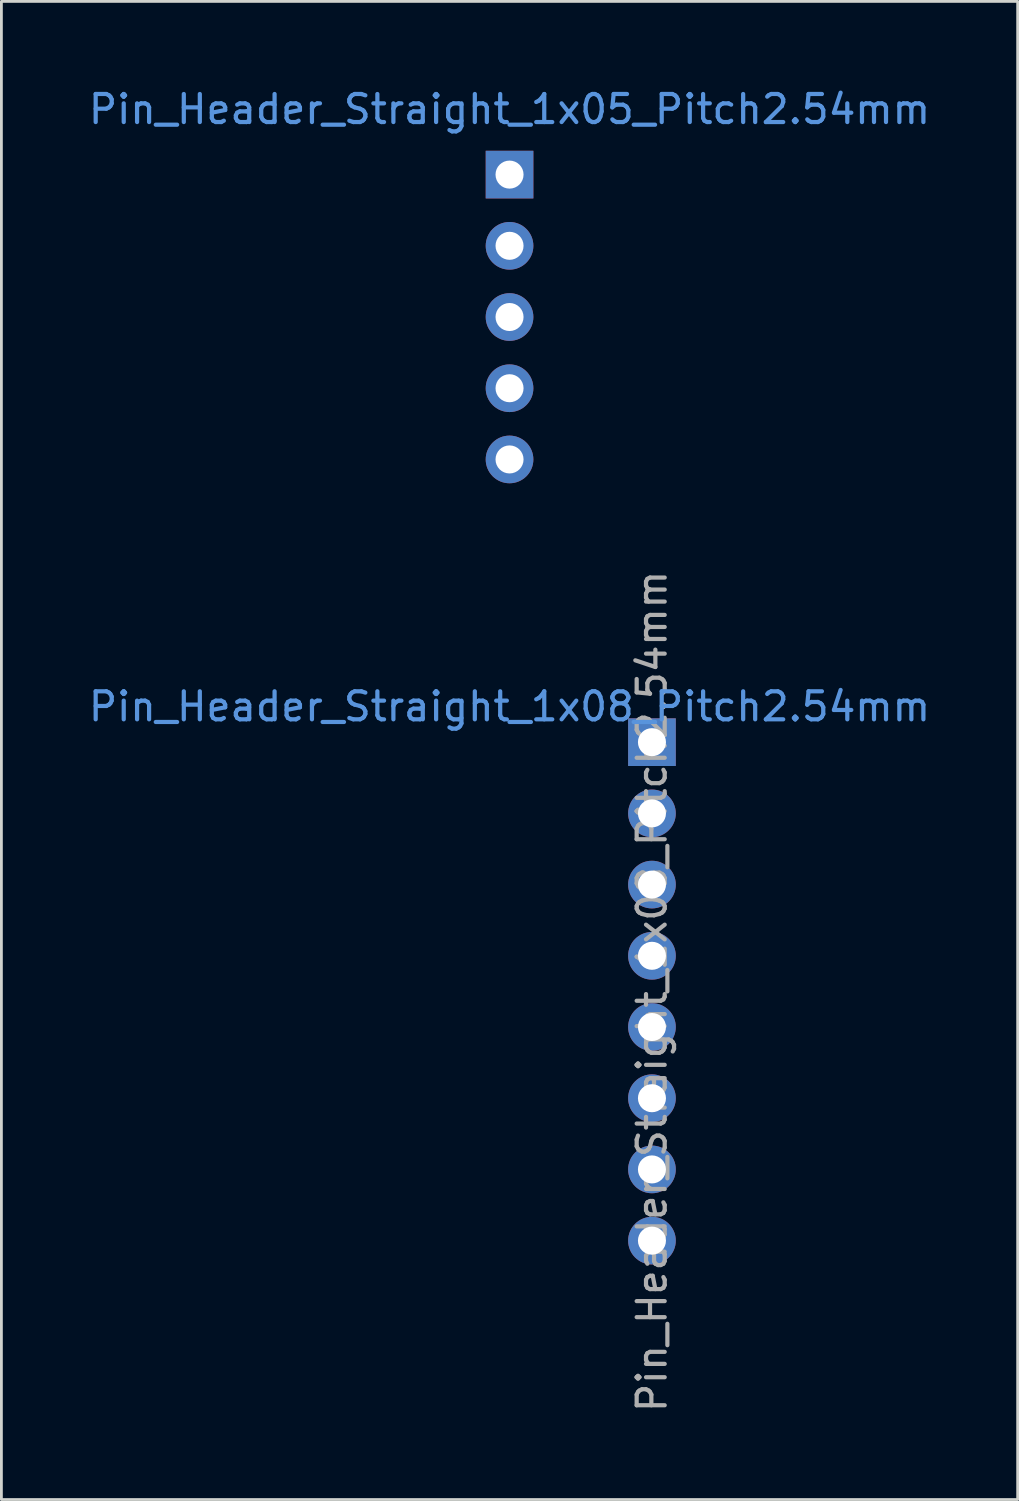
<source format=kicad_pcb>
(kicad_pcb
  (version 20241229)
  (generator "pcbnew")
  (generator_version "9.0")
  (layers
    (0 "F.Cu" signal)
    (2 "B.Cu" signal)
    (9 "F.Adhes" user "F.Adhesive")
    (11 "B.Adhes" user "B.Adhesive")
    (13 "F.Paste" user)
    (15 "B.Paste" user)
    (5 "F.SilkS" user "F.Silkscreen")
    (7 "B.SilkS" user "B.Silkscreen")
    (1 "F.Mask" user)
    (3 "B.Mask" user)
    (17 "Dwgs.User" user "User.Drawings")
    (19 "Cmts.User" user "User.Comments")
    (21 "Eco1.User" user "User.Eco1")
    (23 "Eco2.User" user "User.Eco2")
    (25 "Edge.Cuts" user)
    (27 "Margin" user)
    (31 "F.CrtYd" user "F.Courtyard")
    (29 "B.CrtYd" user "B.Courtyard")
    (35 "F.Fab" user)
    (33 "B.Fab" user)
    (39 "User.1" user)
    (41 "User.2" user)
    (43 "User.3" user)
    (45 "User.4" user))
  (footprint "Pin_Header_Straight_1x08_Pitch2.54mm"
    (layer "F.Cu")
    (at 20.205 23.423)
    (property "Reference" "Pin_Header_Straight_1x08_Pitch2.54mm" (at -5.08 -1.27 0) (layer "Cmts.User") (effects (font (size 1 1) (thickness 0.15))))
    (attr through_hole)
    (fp_text user "${REFERENCE}" (at 0 8.89 90) (layer "F.Fab") (effects (font (size 1 1) (thickness 0.15))))
    (pad "1" thru_hole rect (at 0 0) (size 1.7 1.7) (drill 1) (layers "*.Cu" "*.Mask"))
    (pad "2" thru_hole oval (at 0 2.54) (size 1.7 1.7) (drill 1) (layers "*.Cu" "*.Mask"))
    (pad "3" thru_hole oval (at 0 5.08) (size 1.7 1.7) (drill 1) (layers "*.Cu" "*.Mask"))
    (pad "4" thru_hole oval (at 0 7.62) (size 1.7 1.7) (drill 1) (layers "*.Cu" "*.Mask"))
    (pad "5" thru_hole oval (at 0 10.16) (size 1.7 1.7) (drill 1) (layers "*.Cu" "*.Mask"))
    (pad "6" thru_hole oval (at 0 12.7) (size 1.7 1.7) (drill 1) (layers "*.Cu" "*.Mask"))
    (pad "7" thru_hole oval (at 0 15.24) (size 1.7 1.7) (drill 1) (layers "*.Cu" "*.Mask"))
    (pad "8" thru_hole oval (at 0 17.78) (size 1.7 1.7) (drill 1) (layers "*.Cu" "*.Mask")))
  (footprint "Pin_Header_Straight_1x05_Pitch2.54mm"
    (layer "F.Cu")
    (at 15.125 3.178)
    (property "Reference" "Pin_Header_Straight_1x05_Pitch2.54mm" (at 0 -2.33 0) (layer "Cmts.User") (effects (font (size 1 1) (thickness 0.15))))
    (attr through_hole)
    (pad "1" thru_hole rect (at 0 0) (size 1.7 1.7) (drill 1) (layers "*.Cu" "*.Mask"))
    (pad "2" thru_hole oval (at 0 2.54) (size 1.7 1.7) (drill 1) (layers "*.Cu" "*.Mask"))
    (pad "3" thru_hole oval (at 0 5.08) (size 1.7 1.7) (drill 1) (layers "*.Cu" "*.Mask"))
    (pad "4" thru_hole oval (at 0 7.62) (size 1.7 1.7) (drill 1) (layers "*.Cu" "*.Mask"))
    (pad "5" thru_hole oval (at 0 10.16) (size 1.7 1.7) (drill 1) (layers "*.Cu" "*.Mask")))
  (gr_rect
    (start -3 -3)
    (end 33.25 50.438)
    (stroke (width 0.1) (type default))
    (fill no)
    (layer "Edge.Cuts")))
</source>
